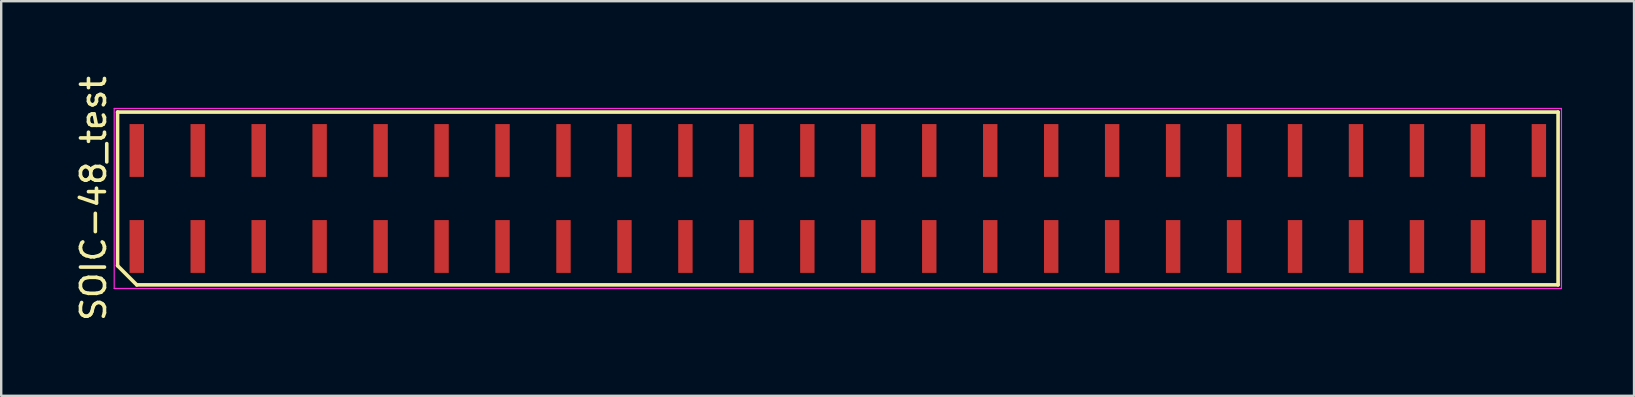
<source format=kicad_pcb>
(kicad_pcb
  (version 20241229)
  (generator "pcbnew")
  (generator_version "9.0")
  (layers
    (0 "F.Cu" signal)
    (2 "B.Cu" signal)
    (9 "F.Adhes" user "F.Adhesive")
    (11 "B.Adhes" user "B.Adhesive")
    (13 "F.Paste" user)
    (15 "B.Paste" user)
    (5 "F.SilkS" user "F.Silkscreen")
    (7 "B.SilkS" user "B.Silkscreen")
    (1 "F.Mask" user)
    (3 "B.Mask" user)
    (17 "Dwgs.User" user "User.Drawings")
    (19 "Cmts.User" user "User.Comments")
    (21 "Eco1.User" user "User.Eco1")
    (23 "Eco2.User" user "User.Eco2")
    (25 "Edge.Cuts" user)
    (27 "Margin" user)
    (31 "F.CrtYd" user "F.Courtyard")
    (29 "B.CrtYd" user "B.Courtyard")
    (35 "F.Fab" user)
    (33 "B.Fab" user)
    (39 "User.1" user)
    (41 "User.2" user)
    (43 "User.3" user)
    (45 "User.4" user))
  (footprint "SOIC-48_test"
    (layer "F.Cu")
    (at 31.858 5.22)
    (property "Reference" "SOIC-48_test" (at -31.01 0 90) (layer "F.SilkS") (effects (font (size 1 1) (thickness 0.15))))
    (attr smd)
    (fp_line (start -30.01 -3.6) (end 30.01 -3.6) (stroke (width 0.15) (type solid)) (layer "F.SilkS"))
    (fp_line (start -30.01 2.8) (end -30.01 -3.6) (stroke (width 0.15) (type solid)) (layer "F.SilkS"))
    (fp_line (start -29.21 3.6) (end -30.01 2.8) (stroke (width 0.15) (type solid)) (layer "F.SilkS"))
    (fp_line (start 30.01 -3.6) (end 30.01 3.6) (stroke (width 0.15) (type solid)) (layer "F.SilkS"))
    (fp_line (start 30.01 3.6) (end -29.21 3.6) (stroke (width 0.15) (type solid)) (layer "F.SilkS"))
    (fp_line (start -30.15 -3.75) (end 30.15 -3.75) (stroke (width 0.05) (type solid)) (layer "F.CrtYd"))
    (fp_line (start -30.15 3.75) (end -30.15 -3.75) (stroke (width 0.05) (type solid)) (layer "F.CrtYd"))
    (fp_line (start 30.15 -3.75) (end 30.15 3.75) (stroke (width 0.05) (type solid)) (layer "F.CrtYd"))
    (fp_line (start 30.15 3.75) (end -30.15 3.75) (stroke (width 0.05) (type solid)) (layer "F.CrtYd"))
    (pad "1" smd rect (at -29.21 2) (size 0.6 2.2) (layers "F.Cu" "F.Mask" "F.Paste"))
    (pad "2" smd rect (at -26.67 2) (size 0.6 2.2) (layers "F.Cu" "F.Mask" "F.Paste"))
    (pad "3" smd rect (at -24.13 2) (size 0.6 2.2) (layers "F.Cu" "F.Mask" "F.Paste"))
    (pad "4" smd rect (at -21.59 2) (size 0.6 2.2) (layers "F.Cu" "F.Mask" "F.Paste"))
    (pad "5" smd rect (at -19.05 2) (size 0.6 2.2) (layers "F.Cu" "F.Mask" "F.Paste"))
    (pad "6" smd rect (at -16.51 2) (size 0.6 2.2) (layers "F.Cu" "F.Mask" "F.Paste"))
    (pad "7" smd rect (at -13.97 2) (size 0.6 2.2) (layers "F.Cu" "F.Mask" "F.Paste"))
    (pad "8" smd rect (at -11.43 2) (size 0.6 2.2) (layers "F.Cu" "F.Mask" "F.Paste"))
    (pad "9" smd rect (at -8.89 2) (size 0.6 2.2) (layers "F.Cu" "F.Mask" "F.Paste"))
    (pad "10" smd rect (at -6.35 2) (size 0.6 2.2) (layers "F.Cu" "F.Mask" "F.Paste"))
    (pad "11" smd rect (at -3.81 2) (size 0.6 2.2) (layers "F.Cu" "F.Mask" "F.Paste"))
    (pad "12" smd rect (at -1.27 2) (size 0.6 2.2) (layers "F.Cu" "F.Mask" "F.Paste"))
    (pad "13" smd rect (at 1.27 2) (size 0.6 2.2) (layers "F.Cu" "F.Mask" "F.Paste"))
    (pad "14" smd rect (at 3.81 2) (size 0.6 2.2) (layers "F.Cu" "F.Mask" "F.Paste"))
    (pad "15" smd rect (at 6.35 2) (size 0.6 2.2) (layers "F.Cu" "F.Mask" "F.Paste"))
    (pad "16" smd rect (at 8.89 2) (size 0.6 2.2) (layers "F.Cu" "F.Mask" "F.Paste"))
    (pad "17" smd rect (at 11.43 2) (size 0.6 2.2) (layers "F.Cu" "F.Mask" "F.Paste"))
    (pad "18" smd rect (at 13.97 2) (size 0.6 2.2) (layers "F.Cu" "F.Mask" "F.Paste"))
    (pad "19" smd rect (at 16.51 2) (size 0.6 2.2) (layers "F.Cu" "F.Mask" "F.Paste"))
    (pad "20" smd rect (at 19.05 2) (size 0.6 2.2) (layers "F.Cu" "F.Mask" "F.Paste"))
    (pad "21" smd rect (at 21.59 2) (size 0.6 2.2) (layers "F.Cu" "F.Mask" "F.Paste"))
    (pad "22" smd rect (at 24.13 2) (size 0.6 2.2) (layers "F.Cu" "F.Mask" "F.Paste"))
    (pad "23" smd rect (at 26.67 2) (size 0.6 2.2) (layers "F.Cu" "F.Mask" "F.Paste"))
    (pad "24" smd rect (at 29.21 2) (size 0.6 2.2) (layers "F.Cu" "F.Mask" "F.Paste"))
    (pad "25" smd rect (at 29.21 -2) (size 0.6 2.2) (layers "F.Cu" "F.Mask" "F.Paste"))
    (pad "26" smd rect (at 26.67 -2) (size 0.6 2.2) (layers "F.Cu" "F.Mask" "F.Paste"))
    (pad "27" smd rect (at 24.13 -2) (size 0.6 2.2) (layers "F.Cu" "F.Mask" "F.Paste"))
    (pad "28" smd rect (at 21.59 -2) (size 0.6 2.2) (layers "F.Cu" "F.Mask" "F.Paste"))
    (pad "29" smd rect (at 19.05 -2) (size 0.6 2.2) (layers "F.Cu" "F.Mask" "F.Paste"))
    (pad "30" smd rect (at 16.51 -2) (size 0.6 2.2) (layers "F.Cu" "F.Mask" "F.Paste"))
    (pad "31" smd rect (at 13.97 -2) (size 0.6 2.2) (layers "F.Cu" "F.Mask" "F.Paste"))
    (pad "32" smd rect (at 11.43 -2) (size 0.6 2.2) (layers "F.Cu" "F.Mask" "F.Paste"))
    (pad "33" smd rect (at 8.89 -2) (size 0.6 2.2) (layers "F.Cu" "F.Mask" "F.Paste"))
    (pad "34" smd rect (at 6.35 -2) (size 0.6 2.2) (layers "F.Cu" "F.Mask" "F.Paste"))
    (pad "35" smd rect (at 3.81 -2) (size 0.6 2.2) (layers "F.Cu" "F.Mask" "F.Paste"))
    (pad "36" smd rect (at 1.27 -2) (size 0.6 2.2) (layers "F.Cu" "F.Mask" "F.Paste"))
    (pad "37" smd rect (at -1.27 -2) (size 0.6 2.2) (layers "F.Cu" "F.Mask" "F.Paste"))
    (pad "38" smd rect (at -3.81 -2) (size 0.6 2.2) (layers "F.Cu" "F.Mask" "F.Paste"))
    (pad "39" smd rect (at -6.35 -2) (size 0.6 2.2) (layers "F.Cu" "F.Mask" "F.Paste"))
    (pad "40" smd rect (at -8.89 -2) (size 0.6 2.2) (layers "F.Cu" "F.Mask" "F.Paste"))
    (pad "41" smd rect (at -11.43 -2) (size 0.6 2.2) (layers "F.Cu" "F.Mask" "F.Paste"))
    (pad "42" smd rect (at -13.97 -2) (size 0.6 2.2) (layers "F.Cu" "F.Mask" "F.Paste"))
    (pad "43" smd rect (at -16.51 -2) (size 0.6 2.2) (layers "F.Cu" "F.Mask" "F.Paste"))
    (pad "44" smd rect (at -19.05 -2) (size 0.6 2.2) (layers "F.Cu" "F.Mask" "F.Paste"))
    (pad "45" smd rect (at -21.59 -2) (size 0.6 2.2) (layers "F.Cu" "F.Mask" "F.Paste"))
    (pad "46" smd rect (at -24.13 -2) (size 0.6 2.2) (layers "F.Cu" "F.Mask" "F.Paste"))
    (pad "47" smd rect (at -26.67 -2) (size 0.6 2.2) (layers "F.Cu" "F.Mask" "F.Paste"))
    (pad "48" smd rect (at -29.21 -2) (size 0.6 2.2) (layers "F.Cu" "F.Mask" "F.Paste")))
  (gr_rect
    (start -3 -3)
    (end 65.033 13.44)
    (stroke (width 0.1) (type default))
    (fill no)
    (layer "Edge.Cuts")))
</source>
